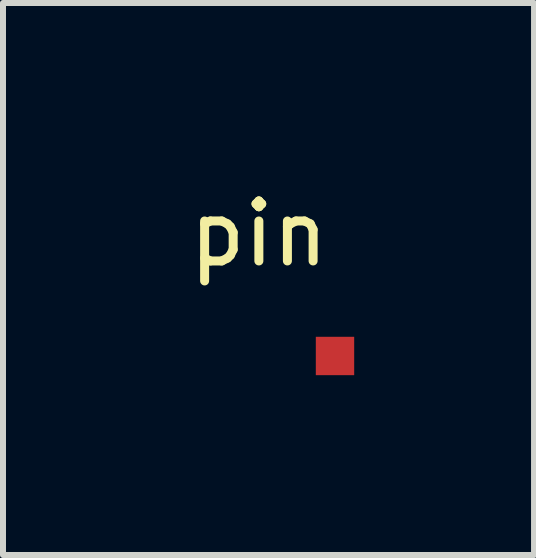
<source format=kicad_pcb>
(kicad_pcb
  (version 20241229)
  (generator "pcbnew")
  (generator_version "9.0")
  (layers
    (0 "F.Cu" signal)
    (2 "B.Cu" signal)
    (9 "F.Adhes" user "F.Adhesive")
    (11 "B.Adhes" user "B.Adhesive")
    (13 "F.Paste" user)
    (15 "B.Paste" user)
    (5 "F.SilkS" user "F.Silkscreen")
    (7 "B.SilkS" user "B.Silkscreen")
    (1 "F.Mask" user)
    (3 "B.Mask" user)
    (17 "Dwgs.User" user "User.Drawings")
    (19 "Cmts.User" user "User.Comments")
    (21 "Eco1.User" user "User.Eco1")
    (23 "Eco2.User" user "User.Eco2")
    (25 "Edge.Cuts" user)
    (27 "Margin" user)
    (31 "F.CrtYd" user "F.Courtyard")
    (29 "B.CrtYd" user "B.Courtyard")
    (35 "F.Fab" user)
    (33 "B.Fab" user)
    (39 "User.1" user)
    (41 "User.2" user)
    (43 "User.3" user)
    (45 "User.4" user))
  (footprint "pin"
    (layer "F.Cu")
    (at 2.268 2.348)
    (property "Reference" "pin" (at -1 -1.5 0) (layer "F.SilkS") (effects (font (size 1 1) (thickness 0.15))))
    (attr through_hole)
    (pad "1" smd rect (at 0.27 0.54) (size 0.64 0.64) (layers "F.Cu" "F.Mask" "F.Paste")))
  (gr_rect
    (start -3 -3)
    (end 5.858 6.208)
    (stroke (width 0.1) (type default))
    (fill no)
    (layer "Edge.Cuts")))
</source>
